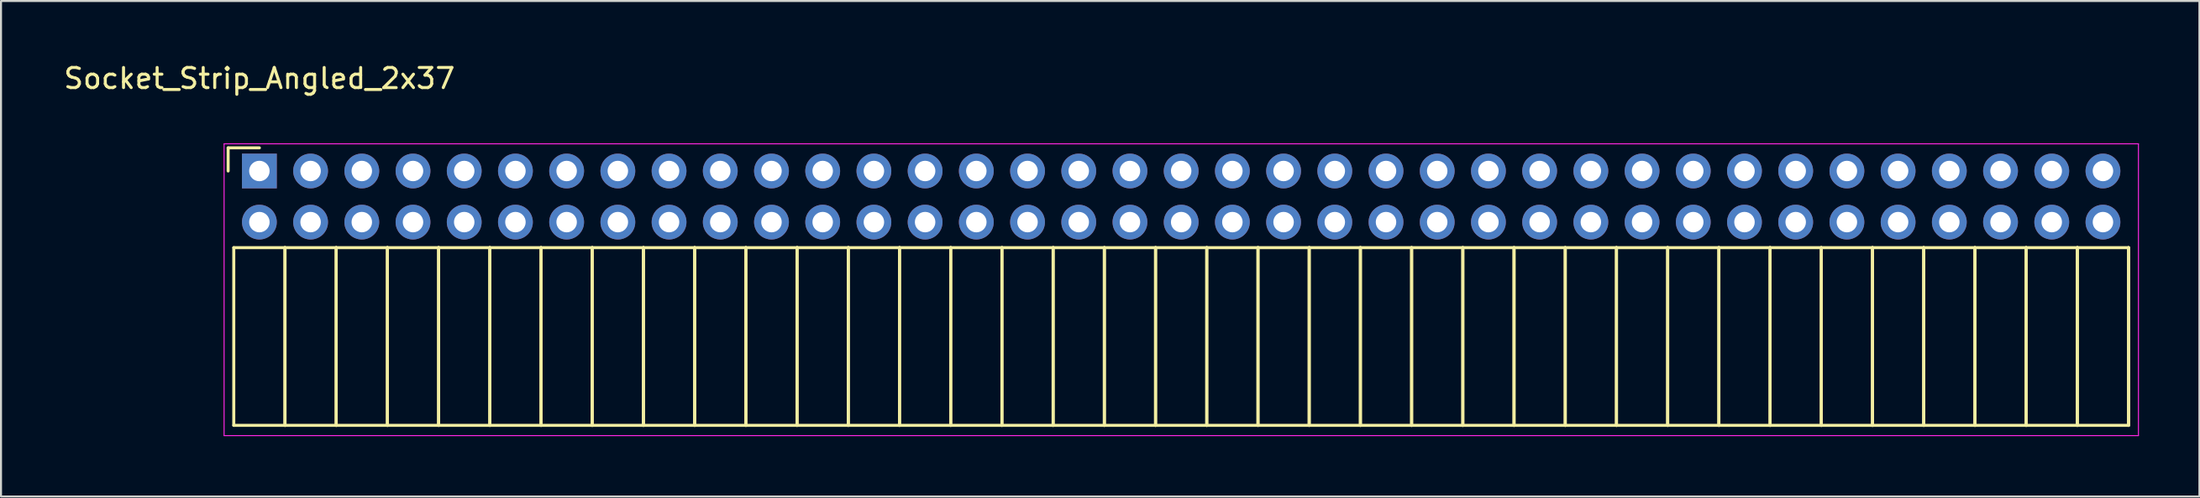
<source format=kicad_pcb>
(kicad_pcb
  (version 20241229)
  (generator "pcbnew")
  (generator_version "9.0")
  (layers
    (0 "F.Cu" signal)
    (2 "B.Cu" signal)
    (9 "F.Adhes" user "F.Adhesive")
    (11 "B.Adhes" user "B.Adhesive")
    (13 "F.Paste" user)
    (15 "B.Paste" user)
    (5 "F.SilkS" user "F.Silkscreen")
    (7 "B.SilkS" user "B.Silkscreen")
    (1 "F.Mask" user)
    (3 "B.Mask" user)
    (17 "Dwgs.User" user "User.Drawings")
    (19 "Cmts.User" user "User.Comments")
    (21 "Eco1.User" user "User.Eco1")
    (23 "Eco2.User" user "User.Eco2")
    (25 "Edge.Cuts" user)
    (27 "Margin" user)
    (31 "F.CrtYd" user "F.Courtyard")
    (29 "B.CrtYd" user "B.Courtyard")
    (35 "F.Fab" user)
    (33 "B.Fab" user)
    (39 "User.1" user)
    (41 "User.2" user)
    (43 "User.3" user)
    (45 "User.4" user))
  (footprint "Socket_Strip_Angled_2x37"
    (layer "F.Cu")
    (at 9.815 5.448)
    (property "Reference" "Socket_Strip_Angled_2x37" (at 0 -4.6 0) (layer "F.SilkS") (effects (font (size 1 1) (thickness 0.15))))
    (attr through_hole)
    (fp_line (start -1.55 -1.15) (end -1.55 0) (stroke (width 0.15) (type solid)) (layer "F.SilkS"))
    (fp_line (start -1.27 3.81) (end -1.27 12.64) (stroke (width 0.15) (type solid)) (layer "F.SilkS"))
    (fp_line (start -1.27 3.81) (end 1.27 3.81) (stroke (width 0.15) (type solid)) (layer "F.SilkS"))
    (fp_line (start -1.27 12.64) (end 1.27 12.64) (stroke (width 0.15) (type solid)) (layer "F.SilkS"))
    (fp_line (start 0 -1.15) (end -1.55 -1.15) (stroke (width 0.15) (type solid)) (layer "F.SilkS"))
    (fp_line (start 1.27 3.81) (end 1.27 12.64) (stroke (width 0.15) (type solid)) (layer "F.SilkS"))
    (fp_line (start 1.27 3.81) (end 3.81 3.81) (stroke (width 0.15) (type solid)) (layer "F.SilkS"))
    (fp_line (start 1.27 12.64) (end 1.27 3.81) (stroke (width 0.15) (type solid)) (layer "F.SilkS"))
    (fp_line (start 1.27 12.64) (end 3.81 12.64) (stroke (width 0.15) (type solid)) (layer "F.SilkS"))
    (fp_line (start 3.81 3.81) (end 3.81 12.64) (stroke (width 0.15) (type solid)) (layer "F.SilkS"))
    (fp_line (start 3.81 3.81) (end 6.35 3.81) (stroke (width 0.15) (type solid)) (layer "F.SilkS"))
    (fp_line (start 3.81 12.64) (end 3.81 3.81) (stroke (width 0.15) (type solid)) (layer "F.SilkS"))
    (fp_line (start 3.81 12.64) (end 6.35 12.64) (stroke (width 0.15) (type solid)) (layer "F.SilkS"))
    (fp_line (start 6.35 3.81) (end 6.35 12.64) (stroke (width 0.15) (type solid)) (layer "F.SilkS"))
    (fp_line (start 6.35 3.81) (end 8.89 3.81) (stroke (width 0.15) (type solid)) (layer "F.SilkS"))
    (fp_line (start 6.35 12.64) (end 6.35 3.81) (stroke (width 0.15) (type solid)) (layer "F.SilkS"))
    (fp_line (start 6.35 12.64) (end 8.89 12.64) (stroke (width 0.15) (type solid)) (layer "F.SilkS"))
    (fp_line (start 8.89 3.81) (end 8.89 12.64) (stroke (width 0.15) (type solid)) (layer "F.SilkS"))
    (fp_line (start 8.89 3.81) (end 11.43 3.81) (stroke (width 0.15) (type solid)) (layer "F.SilkS"))
    (fp_line (start 8.89 12.64) (end 8.89 3.81) (stroke (width 0.15) (type solid)) (layer "F.SilkS"))
    (fp_line (start 8.89 12.64) (end 11.43 12.64) (stroke (width 0.15) (type solid)) (layer "F.SilkS"))
    (fp_line (start 11.43 3.81) (end 11.43 12.64) (stroke (width 0.15) (type solid)) (layer "F.SilkS"))
    (fp_line (start 11.43 3.81) (end 13.97 3.81) (stroke (width 0.15) (type solid)) (layer "F.SilkS"))
    (fp_line (start 11.43 12.64) (end 11.43 3.81) (stroke (width 0.15) (type solid)) (layer "F.SilkS"))
    (fp_line (start 11.43 12.64) (end 13.97 12.64) (stroke (width 0.15) (type solid)) (layer "F.SilkS"))
    (fp_line (start 13.97 3.81) (end 13.97 12.64) (stroke (width 0.15) (type solid)) (layer "F.SilkS"))
    (fp_line (start 13.97 3.81) (end 16.51 3.81) (stroke (width 0.15) (type solid)) (layer "F.SilkS"))
    (fp_line (start 13.97 12.64) (end 13.97 3.81) (stroke (width 0.15) (type solid)) (layer "F.SilkS"))
    (fp_line (start 13.97 12.64) (end 16.51 12.64) (stroke (width 0.15) (type solid)) (layer "F.SilkS"))
    (fp_line (start 16.51 3.81) (end 16.51 12.64) (stroke (width 0.15) (type solid)) (layer "F.SilkS"))
    (fp_line (start 16.51 3.81) (end 19.05 3.81) (stroke (width 0.15) (type solid)) (layer "F.SilkS"))
    (fp_line (start 16.51 12.64) (end 16.51 3.81) (stroke (width 0.15) (type solid)) (layer "F.SilkS"))
    (fp_line (start 16.51 12.64) (end 19.05 12.64) (stroke (width 0.15) (type solid)) (layer "F.SilkS"))
    (fp_line (start 19.05 3.81) (end 19.05 12.64) (stroke (width 0.15) (type solid)) (layer "F.SilkS"))
    (fp_line (start 19.05 3.81) (end 21.59 3.81) (stroke (width 0.15) (type solid)) (layer "F.SilkS"))
    (fp_line (start 19.05 12.64) (end 19.05 3.81) (stroke (width 0.15) (type solid)) (layer "F.SilkS"))
    (fp_line (start 19.05 12.64) (end 21.59 12.64) (stroke (width 0.15) (type solid)) (layer "F.SilkS"))
    (fp_line (start 21.59 3.81) (end 21.59 12.64) (stroke (width 0.15) (type solid)) (layer "F.SilkS"))
    (fp_line (start 21.59 3.81) (end 24.13 3.81) (stroke (width 0.15) (type solid)) (layer "F.SilkS"))
    (fp_line (start 21.59 12.64) (end 21.59 3.81) (stroke (width 0.15) (type solid)) (layer "F.SilkS"))
    (fp_line (start 21.59 12.64) (end 24.13 12.64) (stroke (width 0.15) (type solid)) (layer "F.SilkS"))
    (fp_line (start 24.13 3.81) (end 24.13 12.64) (stroke (width 0.15) (type solid)) (layer "F.SilkS"))
    (fp_line (start 24.13 3.81) (end 26.67 3.81) (stroke (width 0.15) (type solid)) (layer "F.SilkS"))
    (fp_line (start 24.13 12.64) (end 24.13 3.81) (stroke (width 0.15) (type solid)) (layer "F.SilkS"))
    (fp_line (start 24.13 12.64) (end 26.67 12.64) (stroke (width 0.15) (type solid)) (layer "F.SilkS"))
    (fp_line (start 26.67 3.81) (end 26.67 12.64) (stroke (width 0.15) (type solid)) (layer "F.SilkS"))
    (fp_line (start 26.67 3.81) (end 29.21 3.81) (stroke (width 0.15) (type solid)) (layer "F.SilkS"))
    (fp_line (start 26.67 12.64) (end 26.67 3.81) (stroke (width 0.15) (type solid)) (layer "F.SilkS"))
    (fp_line (start 26.67 12.64) (end 29.21 12.64) (stroke (width 0.15) (type solid)) (layer "F.SilkS"))
    (fp_line (start 29.21 3.81) (end 29.21 12.64) (stroke (width 0.15) (type solid)) (layer "F.SilkS"))
    (fp_line (start 29.21 3.81) (end 31.75 3.81) (stroke (width 0.15) (type solid)) (layer "F.SilkS"))
    (fp_line (start 29.21 12.64) (end 29.21 3.81) (stroke (width 0.15) (type solid)) (layer "F.SilkS"))
    (fp_line (start 29.21 12.64) (end 31.75 12.64) (stroke (width 0.15) (type solid)) (layer "F.SilkS"))
    (fp_line (start 31.75 3.81) (end 31.75 12.64) (stroke (width 0.15) (type solid)) (layer "F.SilkS"))
    (fp_line (start 31.75 3.81) (end 34.29 3.81) (stroke (width 0.15) (type solid)) (layer "F.SilkS"))
    (fp_line (start 31.75 12.64) (end 31.75 3.81) (stroke (width 0.15) (type solid)) (layer "F.SilkS"))
    (fp_line (start 31.75 12.64) (end 34.29 12.64) (stroke (width 0.15) (type solid)) (layer "F.SilkS"))
    (fp_line (start 34.29 3.81) (end 34.29 12.64) (stroke (width 0.15) (type solid)) (layer "F.SilkS"))
    (fp_line (start 34.29 3.81) (end 36.83 3.81) (stroke (width 0.15) (type solid)) (layer "F.SilkS"))
    (fp_line (start 34.29 12.64) (end 34.29 3.81) (stroke (width 0.15) (type solid)) (layer "F.SilkS"))
    (fp_line (start 34.29 12.64) (end 36.83 12.64) (stroke (width 0.15) (type solid)) (layer "F.SilkS"))
    (fp_line (start 36.83 3.81) (end 36.83 12.64) (stroke (width 0.15) (type solid)) (layer "F.SilkS"))
    (fp_line (start 36.83 3.81) (end 39.37 3.81) (stroke (width 0.15) (type solid)) (layer "F.SilkS"))
    (fp_line (start 36.83 12.64) (end 36.83 3.81) (stroke (width 0.15) (type solid)) (layer "F.SilkS"))
    (fp_line (start 36.83 12.64) (end 39.37 12.64) (stroke (width 0.15) (type solid)) (layer "F.SilkS"))
    (fp_line (start 39.37 3.81) (end 39.37 12.64) (stroke (width 0.15) (type solid)) (layer "F.SilkS"))
    (fp_line (start 39.37 3.81) (end 41.91 3.81) (stroke (width 0.15) (type solid)) (layer "F.SilkS"))
    (fp_line (start 39.37 12.64) (end 39.37 3.81) (stroke (width 0.15) (type solid)) (layer "F.SilkS"))
    (fp_line (start 39.37 12.64) (end 41.91 12.64) (stroke (width 0.15) (type solid)) (layer "F.SilkS"))
    (fp_line (start 41.91 3.81) (end 41.91 12.64) (stroke (width 0.15) (type solid)) (layer "F.SilkS"))
    (fp_line (start 41.91 3.81) (end 44.45 3.81) (stroke (width 0.15) (type solid)) (layer "F.SilkS"))
    (fp_line (start 41.91 12.64) (end 41.91 3.81) (stroke (width 0.15) (type solid)) (layer "F.SilkS"))
    (fp_line (start 41.91 12.64) (end 44.45 12.64) (stroke (width 0.15) (type solid)) (layer "F.SilkS"))
    (fp_line (start 44.45 3.81) (end 44.45 12.64) (stroke (width 0.15) (type solid)) (layer "F.SilkS"))
    (fp_line (start 44.45 3.81) (end 46.99 3.81) (stroke (width 0.15) (type solid)) (layer "F.SilkS"))
    (fp_line (start 44.45 12.64) (end 44.45 3.81) (stroke (width 0.15) (type solid)) (layer "F.SilkS"))
    (fp_line (start 44.45 12.64) (end 46.99 12.64) (stroke (width 0.15) (type solid)) (layer "F.SilkS"))
    (fp_line (start 46.99 3.81) (end 46.99 12.64) (stroke (width 0.15) (type solid)) (layer "F.SilkS"))
    (fp_line (start 46.99 3.81) (end 49.53 3.81) (stroke (width 0.15) (type solid)) (layer "F.SilkS"))
    (fp_line (start 46.99 12.64) (end 46.99 3.81) (stroke (width 0.15) (type solid)) (layer "F.SilkS"))
    (fp_line (start 46.99 12.64) (end 49.53 12.64) (stroke (width 0.15) (type solid)) (layer "F.SilkS"))
    (fp_line (start 49.53 3.81) (end 49.53 12.64) (stroke (width 0.15) (type solid)) (layer "F.SilkS"))
    (fp_line (start 49.53 3.81) (end 52.07 3.81) (stroke (width 0.15) (type solid)) (layer "F.SilkS"))
    (fp_line (start 49.53 12.64) (end 49.53 3.81) (stroke (width 0.15) (type solid)) (layer "F.SilkS"))
    (fp_line (start 49.53 12.64) (end 52.07 12.64) (stroke (width 0.15) (type solid)) (layer "F.SilkS"))
    (fp_line (start 52.07 3.81) (end 52.07 12.64) (stroke (width 0.15) (type solid)) (layer "F.SilkS"))
    (fp_line (start 52.07 3.81) (end 54.61 3.81) (stroke (width 0.15) (type solid)) (layer "F.SilkS"))
    (fp_line (start 52.07 12.64) (end 52.07 3.81) (stroke (width 0.15) (type solid)) (layer "F.SilkS"))
    (fp_line (start 52.07 12.64) (end 54.61 12.64) (stroke (width 0.15) (type solid)) (layer "F.SilkS"))
    (fp_line (start 54.61 3.81) (end 54.61 12.64) (stroke (width 0.15) (type solid)) (layer "F.SilkS"))
    (fp_line (start 54.61 3.81) (end 57.15 3.81) (stroke (width 0.15) (type solid)) (layer "F.SilkS"))
    (fp_line (start 54.61 12.64) (end 54.61 3.81) (stroke (width 0.15) (type solid)) (layer "F.SilkS"))
    (fp_line (start 54.61 12.64) (end 57.15 12.64) (stroke (width 0.15) (type solid)) (layer "F.SilkS"))
    (fp_line (start 57.15 3.81) (end 57.15 12.64) (stroke (width 0.15) (type solid)) (layer "F.SilkS"))
    (fp_line (start 57.15 3.81) (end 59.69 3.81) (stroke (width 0.15) (type solid)) (layer "F.SilkS"))
    (fp_line (start 57.15 12.64) (end 57.15 3.81) (stroke (width 0.15) (type solid)) (layer "F.SilkS"))
    (fp_line (start 57.15 12.64) (end 59.69 12.64) (stroke (width 0.15) (type solid)) (layer "F.SilkS"))
    (fp_line (start 59.69 3.81) (end 59.69 12.64) (stroke (width 0.15) (type solid)) (layer "F.SilkS"))
    (fp_line (start 59.69 3.81) (end 62.23 3.81) (stroke (width 0.15) (type solid)) (layer "F.SilkS"))
    (fp_line (start 59.69 12.64) (end 59.69 3.81) (stroke (width 0.15) (type solid)) (layer "F.SilkS"))
    (fp_line (start 59.69 12.64) (end 62.23 12.64) (stroke (width 0.15) (type solid)) (layer "F.SilkS"))
    (fp_line (start 62.23 3.81) (end 62.23 12.64) (stroke (width 0.15) (type solid)) (layer "F.SilkS"))
    (fp_line (start 62.23 3.81) (end 64.77 3.81) (stroke (width 0.15) (type solid)) (layer "F.SilkS"))
    (fp_line (start 62.23 12.64) (end 62.23 3.81) (stroke (width 0.15) (type solid)) (layer "F.SilkS"))
    (fp_line (start 62.23 12.64) (end 64.77 12.64) (stroke (width 0.15) (type solid)) (layer "F.SilkS"))
    (fp_line (start 64.77 3.81) (end 64.77 12.64) (stroke (width 0.15) (type solid)) (layer "F.SilkS"))
    (fp_line (start 64.77 3.81) (end 67.31 3.81) (stroke (width 0.15) (type solid)) (layer "F.SilkS"))
    (fp_line (start 64.77 12.64) (end 64.77 3.81) (stroke (width 0.15) (type solid)) (layer "F.SilkS"))
    (fp_line (start 64.77 12.64) (end 67.31 12.64) (stroke (width 0.15) (type solid)) (layer "F.SilkS"))
    (fp_line (start 67.31 3.81) (end 67.31 12.64) (stroke (width 0.15) (type solid)) (layer "F.SilkS"))
    (fp_line (start 67.31 3.81) (end 69.85 3.81) (stroke (width 0.15) (type solid)) (layer "F.SilkS"))
    (fp_line (start 67.31 12.64) (end 67.31 3.81) (stroke (width 0.15) (type solid)) (layer "F.SilkS"))
    (fp_line (start 67.31 12.64) (end 69.85 12.64) (stroke (width 0.15) (type solid)) (layer "F.SilkS"))
    (fp_line (start 69.85 3.81) (end 69.85 12.64) (stroke (width 0.15) (type solid)) (layer "F.SilkS"))
    (fp_line (start 69.85 3.81) (end 72.39 3.81) (stroke (width 0.15) (type solid)) (layer "F.SilkS"))
    (fp_line (start 69.85 12.64) (end 69.85 3.81) (stroke (width 0.15) (type solid)) (layer "F.SilkS"))
    (fp_line (start 69.85 12.64) (end 72.39 12.64) (stroke (width 0.15) (type solid)) (layer "F.SilkS"))
    (fp_line (start 72.39 3.81) (end 72.39 12.64) (stroke (width 0.15) (type solid)) (layer "F.SilkS"))
    (fp_line (start 72.39 3.81) (end 74.93 3.81) (stroke (width 0.15) (type solid)) (layer "F.SilkS"))
    (fp_line (start 72.39 12.64) (end 72.39 3.81) (stroke (width 0.15) (type solid)) (layer "F.SilkS"))
    (fp_line (start 72.39 12.64) (end 74.93 12.64) (stroke (width 0.15) (type solid)) (layer "F.SilkS"))
    (fp_line (start 74.93 3.81) (end 74.93 12.64) (stroke (width 0.15) (type solid)) (layer "F.SilkS"))
    (fp_line (start 74.93 3.81) (end 77.47 3.81) (stroke (width 0.15) (type solid)) (layer "F.SilkS"))
    (fp_line (start 74.93 12.64) (end 74.93 3.81) (stroke (width 0.15) (type solid)) (layer "F.SilkS"))
    (fp_line (start 74.93 12.64) (end 77.47 12.64) (stroke (width 0.15) (type solid)) (layer "F.SilkS"))
    (fp_line (start 77.47 3.81) (end 77.47 12.64) (stroke (width 0.15) (type solid)) (layer "F.SilkS"))
    (fp_line (start 77.47 3.81) (end 80.01 3.81) (stroke (width 0.15) (type solid)) (layer "F.SilkS"))
    (fp_line (start 77.47 12.64) (end 77.47 3.81) (stroke (width 0.15) (type solid)) (layer "F.SilkS"))
    (fp_line (start 77.47 12.64) (end 80.01 12.64) (stroke (width 0.15) (type solid)) (layer "F.SilkS"))
    (fp_line (start 80.01 3.81) (end 80.01 12.64) (stroke (width 0.15) (type solid)) (layer "F.SilkS"))
    (fp_line (start 80.01 3.81) (end 82.55 3.81) (stroke (width 0.15) (type solid)) (layer "F.SilkS"))
    (fp_line (start 80.01 12.64) (end 80.01 3.81) (stroke (width 0.15) (type solid)) (layer "F.SilkS"))
    (fp_line (start 80.01 12.64) (end 82.55 12.64) (stroke (width 0.15) (type solid)) (layer "F.SilkS"))
    (fp_line (start 82.55 3.81) (end 82.55 12.64) (stroke (width 0.15) (type solid)) (layer "F.SilkS"))
    (fp_line (start 82.55 3.81) (end 85.09 3.81) (stroke (width 0.15) (type solid)) (layer "F.SilkS"))
    (fp_line (start 82.55 12.64) (end 82.55 3.81) (stroke (width 0.15) (type solid)) (layer "F.SilkS"))
    (fp_line (start 82.55 12.64) (end 85.09 12.64) (stroke (width 0.15) (type solid)) (layer "F.SilkS"))
    (fp_line (start 85.09 3.81) (end 85.09 12.64) (stroke (width 0.15) (type solid)) (layer "F.SilkS"))
    (fp_line (start 85.09 3.81) (end 87.63 3.81) (stroke (width 0.15) (type solid)) (layer "F.SilkS"))
    (fp_line (start 85.09 12.64) (end 85.09 3.81) (stroke (width 0.15) (type solid)) (layer "F.SilkS"))
    (fp_line (start 85.09 12.64) (end 87.63 12.64) (stroke (width 0.15) (type solid)) (layer "F.SilkS"))
    (fp_line (start 87.63 3.81) (end 87.63 12.64) (stroke (width 0.15) (type solid)) (layer "F.SilkS"))
    (fp_line (start 87.63 3.81) (end 90.17 3.81) (stroke (width 0.15) (type solid)) (layer "F.SilkS"))
    (fp_line (start 87.63 12.64) (end 87.63 3.81) (stroke (width 0.15) (type solid)) (layer "F.SilkS"))
    (fp_line (start 87.63 12.64) (end 90.17 12.64) (stroke (width 0.15) (type solid)) (layer "F.SilkS"))
    (fp_line (start 90.17 3.81) (end 90.17 12.64) (stroke (width 0.15) (type solid)) (layer "F.SilkS"))
    (fp_line (start 90.17 3.81) (end 92.71 3.81) (stroke (width 0.15) (type solid)) (layer "F.SilkS"))
    (fp_line (start 90.17 12.64) (end 90.17 3.81) (stroke (width 0.15) (type solid)) (layer "F.SilkS"))
    (fp_line (start 90.17 12.64) (end 92.71 12.64) (stroke (width 0.15) (type solid)) (layer "F.SilkS"))
    (fp_line (start 92.71 3.81) (end 92.71 12.64) (stroke (width 0.15) (type solid)) (layer "F.SilkS"))
    (fp_line (start 92.71 12.64) (end 92.71 3.81) (stroke (width 0.15) (type solid)) (layer "F.SilkS"))
    (fp_line (start -1.75 -1.35) (end -1.75 13.15) (stroke (width 0.05) (type solid)) (layer "F.CrtYd"))
    (fp_line (start -1.75 -1.35) (end 93.2 -1.35) (stroke (width 0.05) (type solid)) (layer "F.CrtYd"))
    (fp_line (start -1.75 13.15) (end 93.2 13.15) (stroke (width 0.05) (type solid)) (layer "F.CrtYd"))
    (fp_line (start 93.2 -1.35) (end 93.2 13.15) (stroke (width 0.05) (type solid)) (layer "F.CrtYd"))
    (pad "1" thru_hole rect (at 0 0) (size 1.727 1.727) (drill 1.016) (layers "*.Cu" "*.Mask"))
    (pad "2" thru_hole oval (at 0 2.54) (size 1.727 1.727) (drill 1.016) (layers "*.Cu" "*.Mask"))
    (pad "3" thru_hole oval (at 2.54 0) (size 1.727 1.727) (drill 1.016) (layers "*.Cu" "*.Mask"))
    (pad "4" thru_hole oval (at 2.54 2.54) (size 1.727 1.727) (drill 1.016) (layers "*.Cu" "*.Mask"))
    (pad "5" thru_hole oval (at 5.08 0) (size 1.727 1.727) (drill 1.016) (layers "*.Cu" "*.Mask"))
    (pad "6" thru_hole oval (at 5.08 2.54) (size 1.727 1.727) (drill 1.016) (layers "*.Cu" "*.Mask"))
    (pad "7" thru_hole oval (at 7.62 0) (size 1.727 1.727) (drill 1.016) (layers "*.Cu" "*.Mask"))
    (pad "8" thru_hole oval (at 7.62 2.54) (size 1.727 1.727) (drill 1.016) (layers "*.Cu" "*.Mask"))
    (pad "9" thru_hole oval (at 10.16 0) (size 1.727 1.727) (drill 1.016) (layers "*.Cu" "*.Mask"))
    (pad "10" thru_hole oval (at 10.16 2.54) (size 1.727 1.727) (drill 1.016) (layers "*.Cu" "*.Mask"))
    (pad "11" thru_hole oval (at 12.7 0) (size 1.727 1.727) (drill 1.016) (layers "*.Cu" "*.Mask"))
    (pad "12" thru_hole oval (at 12.7 2.54) (size 1.727 1.727) (drill 1.016) (layers "*.Cu" "*.Mask"))
    (pad "13" thru_hole oval (at 15.24 0) (size 1.727 1.727) (drill 1.016) (layers "*.Cu" "*.Mask"))
    (pad "14" thru_hole oval (at 15.24 2.54) (size 1.727 1.727) (drill 1.016) (layers "*.Cu" "*.Mask"))
    (pad "15" thru_hole oval (at 17.78 0) (size 1.727 1.727) (drill 1.016) (layers "*.Cu" "*.Mask"))
    (pad "16" thru_hole oval (at 17.78 2.54) (size 1.727 1.727) (drill 1.016) (layers "*.Cu" "*.Mask"))
    (pad "17" thru_hole oval (at 20.32 0) (size 1.727 1.727) (drill 1.016) (layers "*.Cu" "*.Mask"))
    (pad "18" thru_hole oval (at 20.32 2.54) (size 1.727 1.727) (drill 1.016) (layers "*.Cu" "*.Mask"))
    (pad "19" thru_hole oval (at 22.86 0) (size 1.727 1.727) (drill 1.016) (layers "*.Cu" "*.Mask"))
    (pad "20" thru_hole oval (at 22.86 2.54) (size 1.727 1.727) (drill 1.016) (layers "*.Cu" "*.Mask"))
    (pad "21" thru_hole oval (at 25.4 0) (size 1.727 1.727) (drill 1.016) (layers "*.Cu" "*.Mask"))
    (pad "22" thru_hole oval (at 25.4 2.54) (size 1.727 1.727) (drill 1.016) (layers "*.Cu" "*.Mask"))
    (pad "23" thru_hole oval (at 27.94 0) (size 1.727 1.727) (drill 1.016) (layers "*.Cu" "*.Mask"))
    (pad "24" thru_hole oval (at 27.94 2.54) (size 1.727 1.727) (drill 1.016) (layers "*.Cu" "*.Mask"))
    (pad "25" thru_hole oval (at 30.48 0) (size 1.727 1.727) (drill 1.016) (layers "*.Cu" "*.Mask"))
    (pad "26" thru_hole oval (at 30.48 2.54) (size 1.727 1.727) (drill 1.016) (layers "*.Cu" "*.Mask"))
    (pad "27" thru_hole oval (at 33.02 0) (size 1.727 1.727) (drill 1.016) (layers "*.Cu" "*.Mask"))
    (pad "28" thru_hole oval (at 33.02 2.54) (size 1.727 1.727) (drill 1.016) (layers "*.Cu" "*.Mask"))
    (pad "29" thru_hole oval (at 35.56 0) (size 1.727 1.727) (drill 1.016) (layers "*.Cu" "*.Mask"))
    (pad "30" thru_hole oval (at 35.56 2.54) (size 1.727 1.727) (drill 1.016) (layers "*.Cu" "*.Mask"))
    (pad "31" thru_hole oval (at 38.1 0) (size 1.727 1.727) (drill 1.016) (layers "*.Cu" "*.Mask"))
    (pad "32" thru_hole oval (at 38.1 2.54) (size 1.727 1.727) (drill 1.016) (layers "*.Cu" "*.Mask"))
    (pad "33" thru_hole oval (at 40.64 0) (size 1.727 1.727) (drill 1.016) (layers "*.Cu" "*.Mask"))
    (pad "34" thru_hole oval (at 40.64 2.54) (size 1.727 1.727) (drill 1.016) (layers "*.Cu" "*.Mask"))
    (pad "35" thru_hole oval (at 43.18 0) (size 1.727 1.727) (drill 1.016) (layers "*.Cu" "*.Mask"))
    (pad "36" thru_hole oval (at 43.18 2.54) (size 1.727 1.727) (drill 1.016) (layers "*.Cu" "*.Mask"))
    (pad "37" thru_hole oval (at 45.72 0) (size 1.727 1.727) (drill 1.016) (layers "*.Cu" "*.Mask"))
    (pad "38" thru_hole oval (at 45.72 2.54) (size 1.727 1.727) (drill 1.016) (layers "*.Cu" "*.Mask"))
    (pad "39" thru_hole oval (at 48.26 0) (size 1.727 1.727) (drill 1.016) (layers "*.Cu" "*.Mask"))
    (pad "40" thru_hole oval (at 48.26 2.54) (size 1.727 1.727) (drill 1.016) (layers "*.Cu" "*.Mask"))
    (pad "41" thru_hole oval (at 50.8 0) (size 1.727 1.727) (drill 1.016) (layers "*.Cu" "*.Mask"))
    (pad "42" thru_hole oval (at 50.8 2.54) (size 1.727 1.727) (drill 1.016) (layers "*.Cu" "*.Mask"))
    (pad "43" thru_hole oval (at 53.34 0) (size 1.727 1.727) (drill 1.016) (layers "*.Cu" "*.Mask"))
    (pad "44" thru_hole oval (at 53.34 2.54) (size 1.727 1.727) (drill 1.016) (layers "*.Cu" "*.Mask"))
    (pad "45" thru_hole oval (at 55.88 0) (size 1.727 1.727) (drill 1.016) (layers "*.Cu" "*.Mask"))
    (pad "46" thru_hole oval (at 55.88 2.54) (size 1.727 1.727) (drill 1.016) (layers "*.Cu" "*.Mask"))
    (pad "47" thru_hole oval (at 58.42 0) (size 1.727 1.727) (drill 1.016) (layers "*.Cu" "*.Mask"))
    (pad "48" thru_hole oval (at 58.42 2.54) (size 1.727 1.727) (drill 1.016) (layers "*.Cu" "*.Mask"))
    (pad "49" thru_hole oval (at 60.96 0) (size 1.727 1.727) (drill 1.016) (layers "*.Cu" "*.Mask"))
    (pad "50" thru_hole oval (at 60.96 2.54) (size 1.727 1.727) (drill 1.016) (layers "*.Cu" "*.Mask"))
    (pad "51" thru_hole oval (at 63.5 0) (size 1.727 1.727) (drill 1.016) (layers "*.Cu" "*.Mask"))
    (pad "52" thru_hole oval (at 63.5 2.54) (size 1.727 1.727) (drill 1.016) (layers "*.Cu" "*.Mask"))
    (pad "53" thru_hole oval (at 66.04 0) (size 1.727 1.727) (drill 1.016) (layers "*.Cu" "*.Mask"))
    (pad "54" thru_hole oval (at 66.04 2.54) (size 1.727 1.727) (drill 1.016) (layers "*.Cu" "*.Mask"))
    (pad "55" thru_hole oval (at 68.58 0) (size 1.727 1.727) (drill 1.016) (layers "*.Cu" "*.Mask"))
    (pad "56" thru_hole oval (at 68.58 2.54) (size 1.727 1.727) (drill 1.016) (layers "*.Cu" "*.Mask"))
    (pad "57" thru_hole oval (at 71.12 0) (size 1.727 1.727) (drill 1.016) (layers "*.Cu" "*.Mask"))
    (pad "58" thru_hole oval (at 71.12 2.54) (size 1.727 1.727) (drill 1.016) (layers "*.Cu" "*.Mask"))
    (pad "59" thru_hole oval (at 73.66 0) (size 1.727 1.727) (drill 1.016) (layers "*.Cu" "*.Mask"))
    (pad "60" thru_hole oval (at 73.66 2.54) (size 1.727 1.727) (drill 1.016) (layers "*.Cu" "*.Mask"))
    (pad "61" thru_hole oval (at 76.2 0) (size 1.727 1.727) (drill 1.016) (layers "*.Cu" "*.Mask"))
    (pad "62" thru_hole oval (at 76.2 2.54) (size 1.727 1.727) (drill 1.016) (layers "*.Cu" "*.Mask"))
    (pad "63" thru_hole oval (at 78.74 0) (size 1.727 1.727) (drill 1.016) (layers "*.Cu" "*.Mask"))
    (pad "64" thru_hole oval (at 78.74 2.54) (size 1.727 1.727) (drill 1.016) (layers "*.Cu" "*.Mask"))
    (pad "65" thru_hole oval (at 81.28 0) (size 1.727 1.727) (drill 1.016) (layers "*.Cu" "*.Mask"))
    (pad "66" thru_hole oval (at 81.28 2.54) (size 1.727 1.727) (drill 1.016) (layers "*.Cu" "*.Mask"))
    (pad "67" thru_hole oval (at 83.82 0) (size 1.727 1.727) (drill 1.016) (layers "*.Cu" "*.Mask"))
    (pad "68" thru_hole oval (at 83.82 2.54) (size 1.727 1.727) (drill 1.016) (layers "*.Cu" "*.Mask"))
    (pad "69" thru_hole oval (at 86.36 0) (size 1.727 1.727) (drill 1.016) (layers "*.Cu" "*.Mask"))
    (pad "70" thru_hole oval (at 86.36 2.54) (size 1.727 1.727) (drill 1.016) (layers "*.Cu" "*.Mask"))
    (pad "71" thru_hole oval (at 88.9 0) (size 1.727 1.727) (drill 1.016) (layers "*.Cu" "*.Mask"))
    (pad "72" thru_hole oval (at 88.9 2.54) (size 1.727 1.727) (drill 1.016) (layers "*.Cu" "*.Mask"))
    (pad "73" thru_hole oval (at 91.44 0) (size 1.727 1.727) (drill 1.016) (layers "*.Cu" "*.Mask"))
    (pad "74" thru_hole oval (at 91.44 2.54) (size 1.727 1.727) (drill 1.016) (layers "*.Cu" "*.Mask")))
  (gr_rect
    (start -3 -3)
    (end 106.04 21.623)
    (stroke (width 0.1) (type default))
    (fill no)
    (layer "Edge.Cuts")))
</source>
